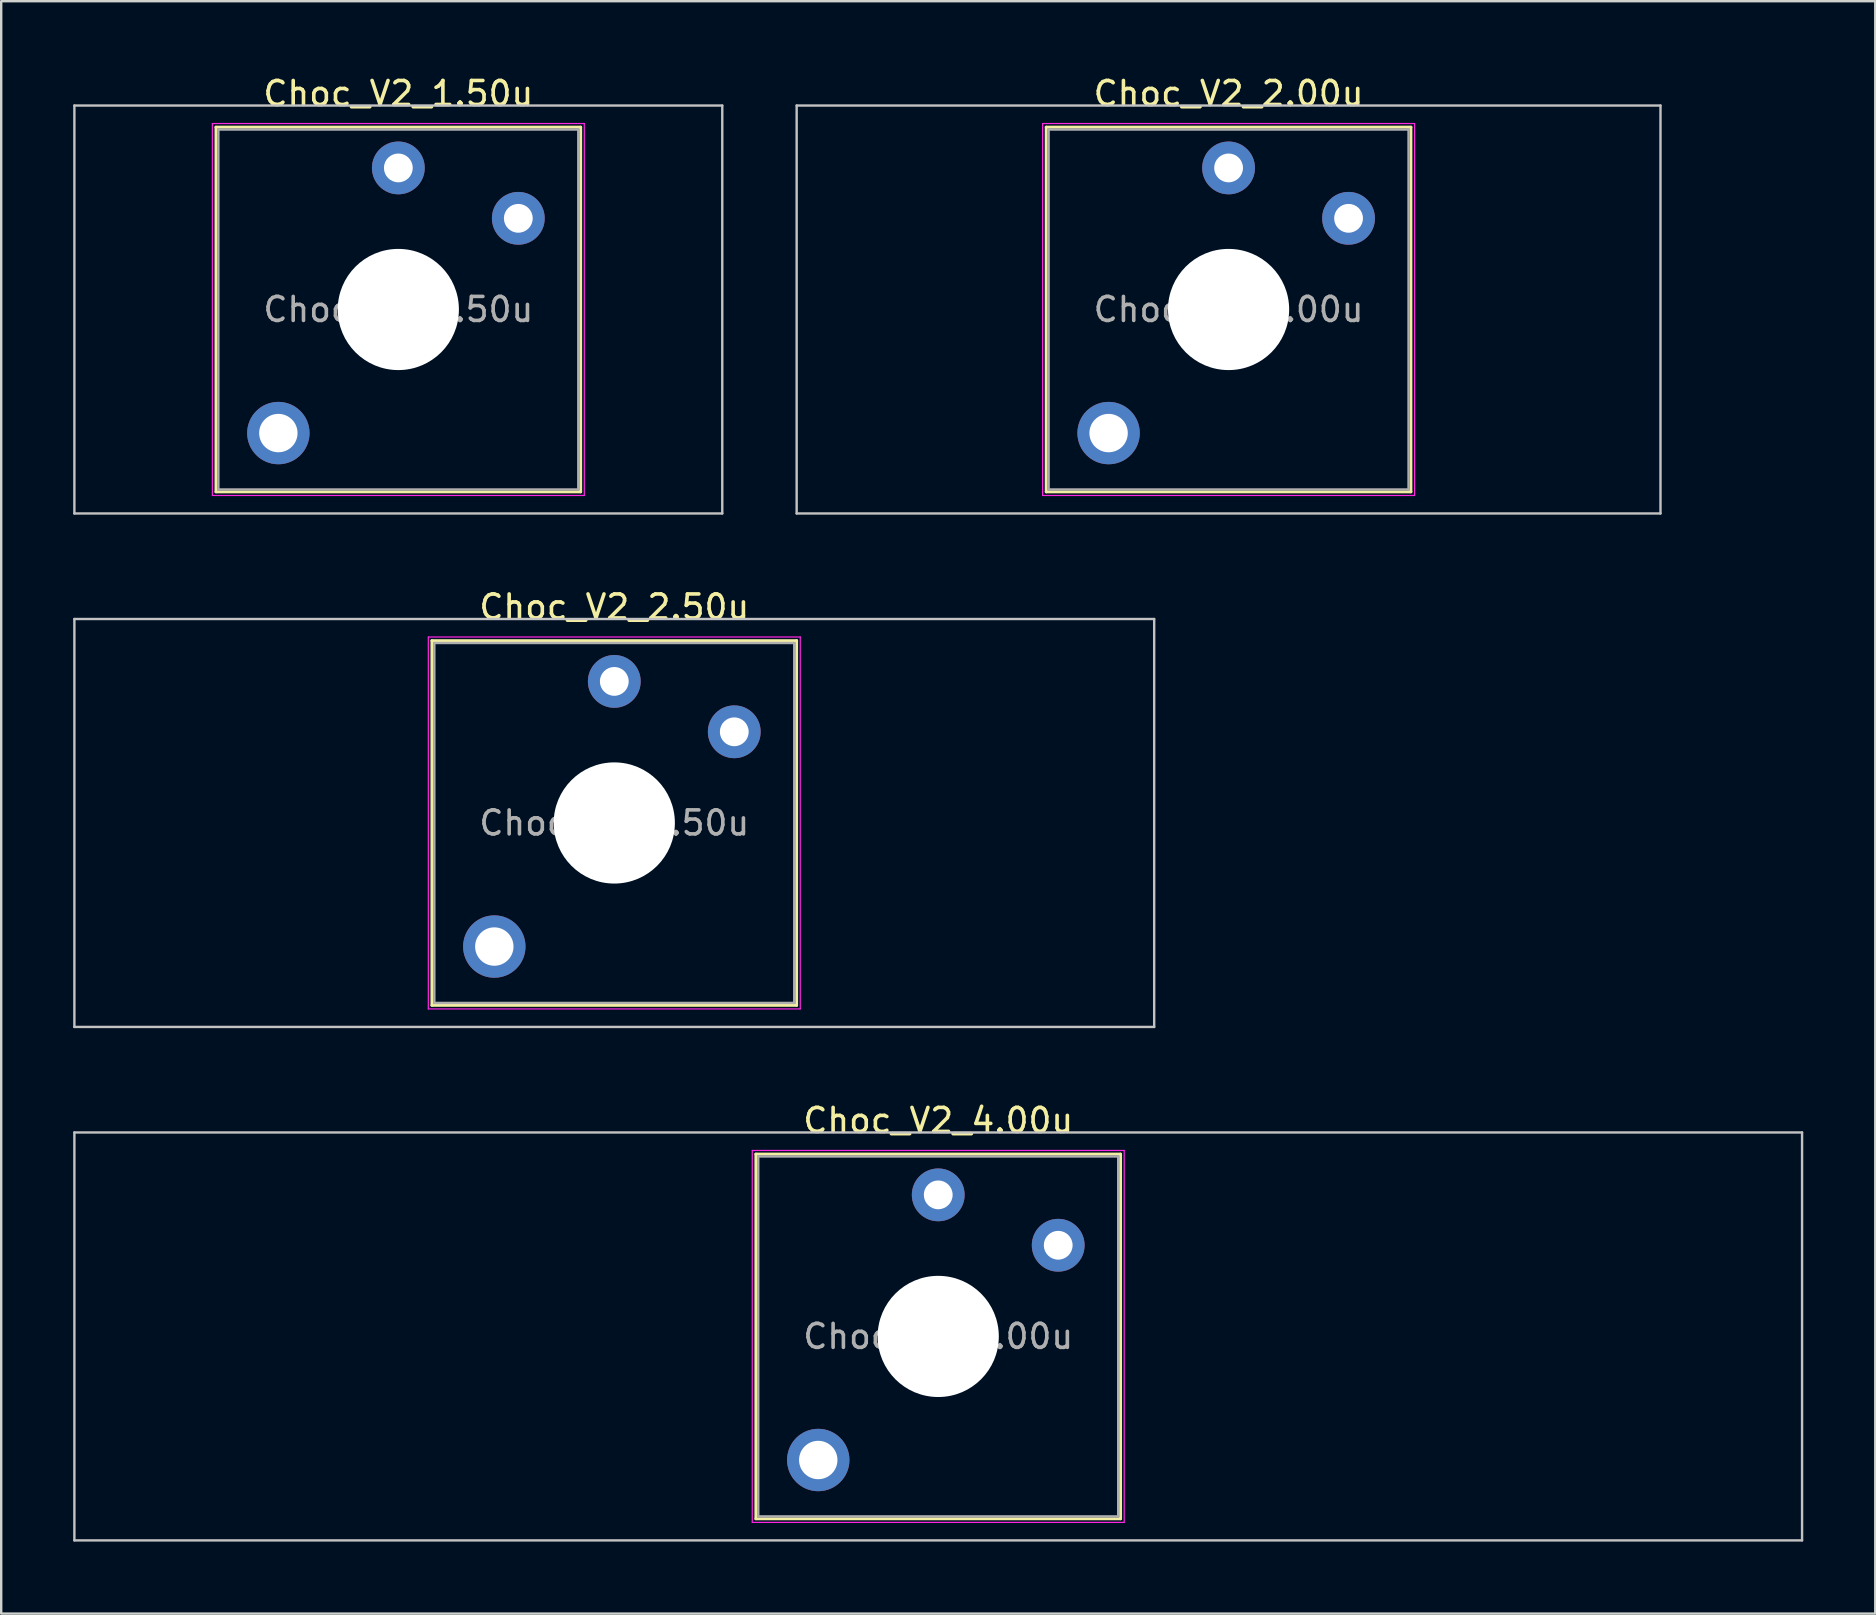
<source format=kicad_pcb>
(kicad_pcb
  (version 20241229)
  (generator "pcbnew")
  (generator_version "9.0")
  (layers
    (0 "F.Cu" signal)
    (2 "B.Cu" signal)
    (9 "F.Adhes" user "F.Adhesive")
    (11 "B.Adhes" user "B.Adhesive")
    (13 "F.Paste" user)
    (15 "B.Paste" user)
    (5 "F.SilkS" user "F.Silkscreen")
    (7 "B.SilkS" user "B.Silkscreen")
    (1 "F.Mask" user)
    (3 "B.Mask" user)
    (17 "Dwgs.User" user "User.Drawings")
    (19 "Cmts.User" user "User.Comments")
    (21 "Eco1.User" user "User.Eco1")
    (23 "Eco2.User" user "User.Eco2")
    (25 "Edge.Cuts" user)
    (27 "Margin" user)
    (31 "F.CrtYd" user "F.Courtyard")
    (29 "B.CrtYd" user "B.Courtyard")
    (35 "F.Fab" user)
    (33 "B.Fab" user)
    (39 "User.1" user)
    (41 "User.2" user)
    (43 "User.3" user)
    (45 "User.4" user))
  (footprint "Choc_V2_2.50u"
    (layer "F.Cu")
    (at 22.55 31.247)
    (property "Reference" "Choc_V2_2.50u" (at 0 -9 0) (layer "F.SilkS") (effects (font (size 1 1) (thickness 0.15))))
    (attr through_hole)
    (fp_line (start -7.6 -7.6) (end -7.6 7.6) (stroke (width 0.12) (type solid)) (layer "F.SilkS"))
    (fp_line (start -7.6 7.6) (end 7.6 7.6) (stroke (width 0.12) (type solid)) (layer "F.SilkS"))
    (fp_line (start 7.6 -7.6) (end -7.6 -7.6) (stroke (width 0.12) (type solid)) (layer "F.SilkS"))
    (fp_line (start 7.6 7.6) (end 7.6 -7.6) (stroke (width 0.12) (type solid)) (layer "F.SilkS"))
    (fp_line (start -22.5 -8.5) (end -22.5 8.5) (stroke (width 0.1) (type solid)) (layer "Dwgs.User"))
    (fp_line (start -22.5 8.5) (end 22.5 8.5) (stroke (width 0.1) (type solid)) (layer "Dwgs.User"))
    (fp_line (start 22.5 -8.5) (end -22.5 -8.5) (stroke (width 0.1) (type solid)) (layer "Dwgs.User"))
    (fp_line (start 22.5 8.5) (end 22.5 -8.5) (stroke (width 0.1) (type solid)) (layer "Dwgs.User"))
    (fp_line (start -7.25 -7.25) (end -7.25 7.25) (stroke (width 0.1) (type solid)) (layer "Eco1.User"))
    (fp_line (start -7.25 7.25) (end 7.25 7.25) (stroke (width 0.1) (type solid)) (layer "Eco1.User"))
    (fp_line (start 7.25 -7.25) (end -7.25 -7.25) (stroke (width 0.1) (type solid)) (layer "Eco1.User"))
    (fp_line (start 7.25 7.25) (end 7.25 -7.25) (stroke (width 0.1) (type solid)) (layer "Eco1.User"))
    (fp_line (start -7.75 -7.75) (end -7.75 7.75) (stroke (width 0.05) (type solid)) (layer "F.CrtYd"))
    (fp_line (start -7.75 7.75) (end 7.75 7.75) (stroke (width 0.05) (type solid)) (layer "F.CrtYd"))
    (fp_line (start 7.75 -7.75) (end -7.75 -7.75) (stroke (width 0.05) (type solid)) (layer "F.CrtYd"))
    (fp_line (start 7.75 7.75) (end 7.75 -7.75) (stroke (width 0.05) (type solid)) (layer "F.CrtYd"))
    (fp_line (start -7.5 -7.5) (end -7.5 7.5) (stroke (width 0.1) (type solid)) (layer "F.Fab"))
    (fp_line (start -7.5 7.5) (end 7.5 7.5) (stroke (width 0.1) (type solid)) (layer "F.Fab"))
    (fp_line (start 7.5 -7.5) (end -7.5 -7.5) (stroke (width 0.1) (type solid)) (layer "F.Fab"))
    (fp_line (start 7.5 7.5) (end 7.5 -7.5) (stroke (width 0.1) (type solid)) (layer "F.Fab"))
    (fp_text user "${REFERENCE}" (at 0 0 0) (layer "F.Fab") (effects (font (size 1 1) (thickness 0.15))))
    (pad "" thru_hole circle (at -5 5.15) (size 2.6 2.6) (drill 1.6) (layers "*.Cu" "*.Mask"))
    (pad "" np_thru_hole circle (at 0 0) (size 5.05 5.05) (drill 5.05) (layers "*.Cu" "*.Mask"))
    (pad "1" thru_hole circle (at 0 -5.9) (size 2.2 2.2) (drill 1.2) (layers "*.Cu" "*.Mask"))
    (pad "2" thru_hole circle (at 5 -3.8) (size 2.2 2.2) (drill 1.2) (layers "*.Cu" "*.Mask")))
  (footprint "Choc_V2_4.00u"
    (layer "F.Cu")
    (at 36.05 52.645)
    (property "Reference" "Choc_V2_4.00u" (at 0 -9 0) (layer "F.SilkS") (effects (font (size 1 1) (thickness 0.15))))
    (attr through_hole)
    (fp_line (start -7.6 -7.6) (end -7.6 7.6) (stroke (width 0.12) (type solid)) (layer "F.SilkS"))
    (fp_line (start -7.6 7.6) (end 7.6 7.6) (stroke (width 0.12) (type solid)) (layer "F.SilkS"))
    (fp_line (start 7.6 -7.6) (end -7.6 -7.6) (stroke (width 0.12) (type solid)) (layer "F.SilkS"))
    (fp_line (start 7.6 7.6) (end 7.6 -7.6) (stroke (width 0.12) (type solid)) (layer "F.SilkS"))
    (fp_line (start -36 -8.5) (end -36 8.5) (stroke (width 0.1) (type solid)) (layer "Dwgs.User"))
    (fp_line (start -36 8.5) (end 36 8.5) (stroke (width 0.1) (type solid)) (layer "Dwgs.User"))
    (fp_line (start 36 -8.5) (end -36 -8.5) (stroke (width 0.1) (type solid)) (layer "Dwgs.User"))
    (fp_line (start 36 8.5) (end 36 -8.5) (stroke (width 0.1) (type solid)) (layer "Dwgs.User"))
    (fp_line (start -7.25 -7.25) (end -7.25 7.25) (stroke (width 0.1) (type solid)) (layer "Eco1.User"))
    (fp_line (start -7.25 7.25) (end 7.25 7.25) (stroke (width 0.1) (type solid)) (layer "Eco1.User"))
    (fp_line (start 7.25 -7.25) (end -7.25 -7.25) (stroke (width 0.1) (type solid)) (layer "Eco1.User"))
    (fp_line (start 7.25 7.25) (end 7.25 -7.25) (stroke (width 0.1) (type solid)) (layer "Eco1.User"))
    (fp_line (start -7.75 -7.75) (end -7.75 7.75) (stroke (width 0.05) (type solid)) (layer "F.CrtYd"))
    (fp_line (start -7.75 7.75) (end 7.75 7.75) (stroke (width 0.05) (type solid)) (layer "F.CrtYd"))
    (fp_line (start 7.75 -7.75) (end -7.75 -7.75) (stroke (width 0.05) (type solid)) (layer "F.CrtYd"))
    (fp_line (start 7.75 7.75) (end 7.75 -7.75) (stroke (width 0.05) (type solid)) (layer "F.CrtYd"))
    (fp_line (start -7.5 -7.5) (end -7.5 7.5) (stroke (width 0.1) (type solid)) (layer "F.Fab"))
    (fp_line (start -7.5 7.5) (end 7.5 7.5) (stroke (width 0.1) (type solid)) (layer "F.Fab"))
    (fp_line (start 7.5 -7.5) (end -7.5 -7.5) (stroke (width 0.1) (type solid)) (layer "F.Fab"))
    (fp_line (start 7.5 7.5) (end 7.5 -7.5) (stroke (width 0.1) (type solid)) (layer "F.Fab"))
    (fp_text user "${REFERENCE}" (at 0 0 0) (layer "F.Fab") (effects (font (size 1 1) (thickness 0.15))))
    (pad "" thru_hole circle (at -5 5.15) (size 2.6 2.6) (drill 1.6) (layers "*.Cu" "*.Mask"))
    (pad "" np_thru_hole circle (at 0 0) (size 5.05 5.05) (drill 5.05) (layers "*.Cu" "*.Mask"))
    (pad "1" thru_hole circle (at 0 -5.9) (size 2.2 2.2) (drill 1.2) (layers "*.Cu" "*.Mask"))
    (pad "2" thru_hole circle (at 5 -3.8) (size 2.2 2.2) (drill 1.2) (layers "*.Cu" "*.Mask")))
  (footprint "Choc_V2_1.50u"
    (layer "F.Cu")
    (at 13.55 9.848)
    (property "Reference" "Choc_V2_1.50u" (at 0 -9 0) (layer "F.SilkS") (effects (font (size 1 1) (thickness 0.15))))
    (attr through_hole)
    (fp_line (start -7.6 -7.6) (end -7.6 7.6) (stroke (width 0.12) (type solid)) (layer "F.SilkS"))
    (fp_line (start -7.6 7.6) (end 7.6 7.6) (stroke (width 0.12) (type solid)) (layer "F.SilkS"))
    (fp_line (start 7.6 -7.6) (end -7.6 -7.6) (stroke (width 0.12) (type solid)) (layer "F.SilkS"))
    (fp_line (start 7.6 7.6) (end 7.6 -7.6) (stroke (width 0.12) (type solid)) (layer "F.SilkS"))
    (fp_line (start -13.5 -8.5) (end -13.5 8.5) (stroke (width 0.1) (type solid)) (layer "Dwgs.User"))
    (fp_line (start -13.5 8.5) (end 13.5 8.5) (stroke (width 0.1) (type solid)) (layer "Dwgs.User"))
    (fp_line (start 13.5 -8.5) (end -13.5 -8.5) (stroke (width 0.1) (type solid)) (layer "Dwgs.User"))
    (fp_line (start 13.5 8.5) (end 13.5 -8.5) (stroke (width 0.1) (type solid)) (layer "Dwgs.User"))
    (fp_line (start -7.25 -7.25) (end -7.25 7.25) (stroke (width 0.1) (type solid)) (layer "Eco1.User"))
    (fp_line (start -7.25 7.25) (end 7.25 7.25) (stroke (width 0.1) (type solid)) (layer "Eco1.User"))
    (fp_line (start 7.25 -7.25) (end -7.25 -7.25) (stroke (width 0.1) (type solid)) (layer "Eco1.User"))
    (fp_line (start 7.25 7.25) (end 7.25 -7.25) (stroke (width 0.1) (type solid)) (layer "Eco1.User"))
    (fp_line (start -7.75 -7.75) (end -7.75 7.75) (stroke (width 0.05) (type solid)) (layer "F.CrtYd"))
    (fp_line (start -7.75 7.75) (end 7.75 7.75) (stroke (width 0.05) (type solid)) (layer "F.CrtYd"))
    (fp_line (start 7.75 -7.75) (end -7.75 -7.75) (stroke (width 0.05) (type solid)) (layer "F.CrtYd"))
    (fp_line (start 7.75 7.75) (end 7.75 -7.75) (stroke (width 0.05) (type solid)) (layer "F.CrtYd"))
    (fp_line (start -7.5 -7.5) (end -7.5 7.5) (stroke (width 0.1) (type solid)) (layer "F.Fab"))
    (fp_line (start -7.5 7.5) (end 7.5 7.5) (stroke (width 0.1) (type solid)) (layer "F.Fab"))
    (fp_line (start 7.5 -7.5) (end -7.5 -7.5) (stroke (width 0.1) (type solid)) (layer "F.Fab"))
    (fp_line (start 7.5 7.5) (end 7.5 -7.5) (stroke (width 0.1) (type solid)) (layer "F.Fab"))
    (fp_text user "${REFERENCE}" (at 0 0 0) (layer "F.Fab") (effects (font (size 1 1) (thickness 0.15))))
    (pad "" thru_hole circle (at -5 5.15) (size 2.6 2.6) (drill 1.6) (layers "*.Cu" "*.Mask"))
    (pad "" np_thru_hole circle (at 0 0) (size 5.05 5.05) (drill 5.05) (layers "*.Cu" "*.Mask"))
    (pad "1" thru_hole circle (at 0 -5.9) (size 2.2 2.2) (drill 1.2) (layers "*.Cu" "*.Mask"))
    (pad "2" thru_hole circle (at 5 -3.8) (size 2.2 2.2) (drill 1.2) (layers "*.Cu" "*.Mask")))
  (footprint "Choc_V2_2.00u"
    (layer "F.Cu")
    (at 48.15 9.848)
    (property "Reference" "Choc_V2_2.00u" (at 0 -9 0) (layer "F.SilkS") (effects (font (size 1 1) (thickness 0.15))))
    (attr through_hole)
    (fp_line (start -7.6 -7.6) (end -7.6 7.6) (stroke (width 0.12) (type solid)) (layer "F.SilkS"))
    (fp_line (start -7.6 7.6) (end 7.6 7.6) (stroke (width 0.12) (type solid)) (layer "F.SilkS"))
    (fp_line (start 7.6 -7.6) (end -7.6 -7.6) (stroke (width 0.12) (type solid)) (layer "F.SilkS"))
    (fp_line (start 7.6 7.6) (end 7.6 -7.6) (stroke (width 0.12) (type solid)) (layer "F.SilkS"))
    (fp_line (start -18 -8.5) (end -18 8.5) (stroke (width 0.1) (type solid)) (layer "Dwgs.User"))
    (fp_line (start -18 8.5) (end 18 8.5) (stroke (width 0.1) (type solid)) (layer "Dwgs.User"))
    (fp_line (start 18 -8.5) (end -18 -8.5) (stroke (width 0.1) (type solid)) (layer "Dwgs.User"))
    (fp_line (start 18 8.5) (end 18 -8.5) (stroke (width 0.1) (type solid)) (layer "Dwgs.User"))
    (fp_line (start -7.25 -7.25) (end -7.25 7.25) (stroke (width 0.1) (type solid)) (layer "Eco1.User"))
    (fp_line (start -7.25 7.25) (end 7.25 7.25) (stroke (width 0.1) (type solid)) (layer "Eco1.User"))
    (fp_line (start 7.25 -7.25) (end -7.25 -7.25) (stroke (width 0.1) (type solid)) (layer "Eco1.User"))
    (fp_line (start 7.25 7.25) (end 7.25 -7.25) (stroke (width 0.1) (type solid)) (layer "Eco1.User"))
    (fp_line (start -7.75 -7.75) (end -7.75 7.75) (stroke (width 0.05) (type solid)) (layer "F.CrtYd"))
    (fp_line (start -7.75 7.75) (end 7.75 7.75) (stroke (width 0.05) (type solid)) (layer "F.CrtYd"))
    (fp_line (start 7.75 -7.75) (end -7.75 -7.75) (stroke (width 0.05) (type solid)) (layer "F.CrtYd"))
    (fp_line (start 7.75 7.75) (end 7.75 -7.75) (stroke (width 0.05) (type solid)) (layer "F.CrtYd"))
    (fp_line (start -7.5 -7.5) (end -7.5 7.5) (stroke (width 0.1) (type solid)) (layer "F.Fab"))
    (fp_line (start -7.5 7.5) (end 7.5 7.5) (stroke (width 0.1) (type solid)) (layer "F.Fab"))
    (fp_line (start 7.5 -7.5) (end -7.5 -7.5) (stroke (width 0.1) (type solid)) (layer "F.Fab"))
    (fp_line (start 7.5 7.5) (end 7.5 -7.5) (stroke (width 0.1) (type solid)) (layer "F.Fab"))
    (fp_text user "${REFERENCE}" (at 0 0 0) (layer "F.Fab") (effects (font (size 1 1) (thickness 0.15))))
    (pad "" thru_hole circle (at -5 5.15) (size 2.6 2.6) (drill 1.6) (layers "*.Cu" "*.Mask"))
    (pad "" np_thru_hole circle (at 0 0) (size 5.05 5.05) (drill 5.05) (layers "*.Cu" "*.Mask"))
    (pad "1" thru_hole circle (at 0 -5.9) (size 2.2 2.2) (drill 1.2) (layers "*.Cu" "*.Mask"))
    (pad "2" thru_hole circle (at 5 -3.8) (size 2.2 2.2) (drill 1.2) (layers "*.Cu" "*.Mask")))
  (gr_rect
    (start -3 -3)
    (end 75.1 64.195)
    (stroke (width 0.1) (type default))
    (fill no)
    (layer "Edge.Cuts")))
</source>
